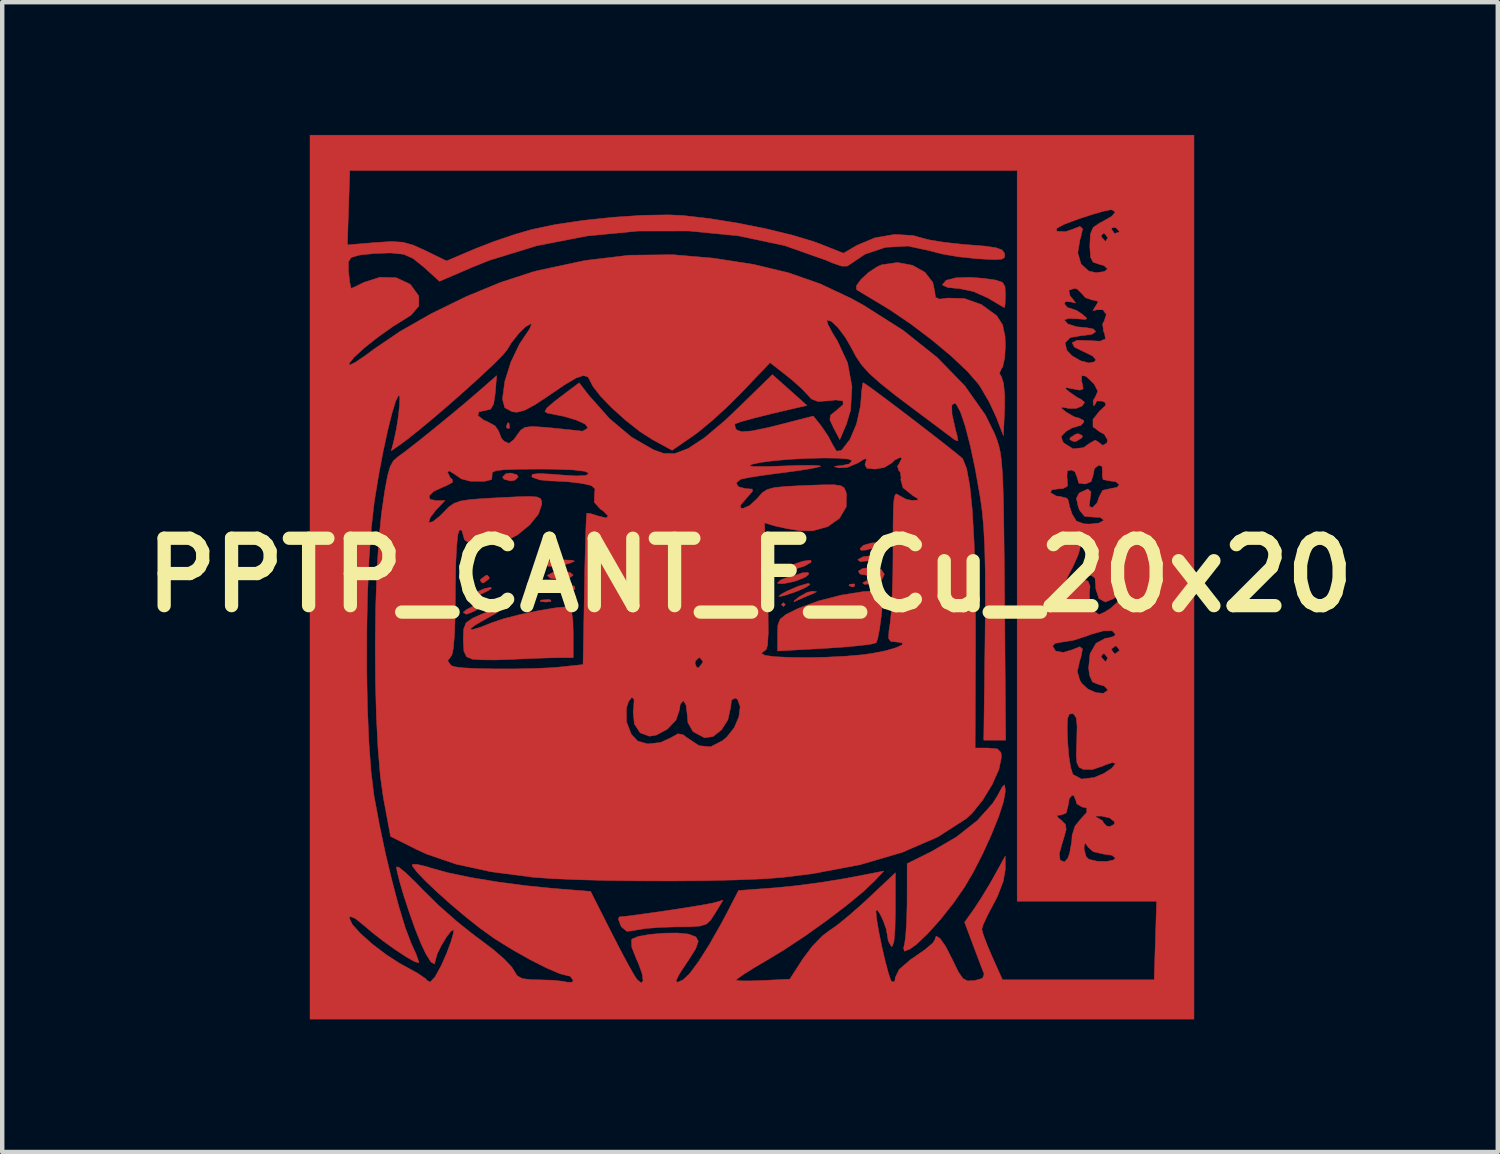
<source format=kicad_pcb>
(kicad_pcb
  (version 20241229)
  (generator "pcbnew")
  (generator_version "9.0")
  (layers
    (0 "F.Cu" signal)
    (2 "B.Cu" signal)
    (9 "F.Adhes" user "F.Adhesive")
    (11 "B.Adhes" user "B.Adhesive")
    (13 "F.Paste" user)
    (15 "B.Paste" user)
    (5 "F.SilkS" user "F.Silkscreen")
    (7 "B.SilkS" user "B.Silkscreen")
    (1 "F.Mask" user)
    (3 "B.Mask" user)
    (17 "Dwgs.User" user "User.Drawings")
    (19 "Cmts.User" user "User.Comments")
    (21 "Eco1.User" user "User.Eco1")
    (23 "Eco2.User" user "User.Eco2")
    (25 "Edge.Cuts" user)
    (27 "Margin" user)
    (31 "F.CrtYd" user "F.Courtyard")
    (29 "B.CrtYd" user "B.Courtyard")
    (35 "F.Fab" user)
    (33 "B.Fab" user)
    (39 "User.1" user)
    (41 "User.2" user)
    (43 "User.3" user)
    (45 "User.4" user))
  (footprint "PPTP_CANT_F_Cu_20x20"
    (layer "F.Cu")
    (at 13.905 9.952)
    (property "Reference" "PPTP_CANT_F_Cu_20x20" (at 0 0 0) (layer "F.SilkS") (effects (font (size 1.524 1.524) (thickness 0.3))))
    (attr through_hole)
    (fp_poly (pts (xy 0.799 0.666) (xy 0.755 0.71) (xy 0.71 0.666) (xy 0.755 0.622) (xy 0.799 0.666)) (stroke (width 0.01) (type solid)) (fill yes) (layer "F.Cu"))
    (fp_poly (pts (xy -5.447 -3.434) (xy -5.436 -3.329) (xy -5.447 -3.316) (xy -5.5 -3.328) (xy -5.506 -3.375) (xy -5.474 -3.448) (xy -5.447 -3.434)) (stroke (width 0.01) (type solid)) (fill yes) (layer "F.Cu"))
    (fp_poly (pts (xy -4.507 0.563) (xy -4.496 0.595) (xy -4.618 0.608) (xy -4.744 0.594) (xy -4.729 0.563) (xy -4.547 0.551) (xy -4.507 0.563)) (stroke (width 0.01) (type solid)) (fill yes) (layer "F.Cu"))
    (fp_poly (pts (xy -3.932 0.479) (xy -3.958 0.52) (xy -4.048 0.526) (xy -4.143 0.504) (xy -4.102 0.472) (xy -3.963 0.462) (xy -3.932 0.479)) (stroke (width 0.01) (type solid)) (fill yes) (layer "F.Cu"))
    (fp_poly (pts (xy 0.681 -0.148) (xy 0.692 -0.043) (xy 0.681 -0.03) (xy 0.628 -0.042) (xy 0.622 -0.089) (xy 0.654 -0.162) (xy 0.681 -0.148)) (stroke (width 0.01) (type solid)) (fill yes) (layer "F.Cu"))
    (fp_poly (pts (xy 2.368 0.207) (xy 2.356 0.26) (xy 2.309 0.266) (xy 2.236 0.234) (xy 2.25 0.207) (xy 2.355 0.197) (xy 2.368 0.207)) (stroke (width 0.01) (type solid)) (fill yes) (layer "F.Cu"))
    (fp_poly (pts (xy -5.892 0.055) (xy -5.906 0.089) (xy -6.024 0.174) (xy -6.05 0.178) (xy -6.098 0.123) (xy -6.084 0.089) (xy -5.966 0.003) (xy -5.94 0) (xy -5.892 0.055)) (stroke (width 0.01) (type solid)) (fill yes) (layer "F.Cu"))
    (fp_poly (pts (xy -5.273 -2.272) (xy -5.24 -2.22) (xy -5.314 -2.148) (xy -5.417 -2.131) (xy -5.562 -2.169) (xy -5.595 -2.22) (xy -5.521 -2.292) (xy -5.417 -2.309) (xy -5.273 -2.272)) (stroke (width 0.01) (type solid)) (fill yes) (layer "F.Cu"))
    (fp_poly (pts (xy -3.984 0.244) (xy -3.972 0.256) (xy -3.958 0.316) (xy -4.086 0.344) (xy -4.312 0.346) (xy -4.751 0.337) (xy -4.411 0.247) (xy -4.14 0.201) (xy -3.984 0.244)) (stroke (width 0.01) (type solid)) (fill yes) (layer "F.Cu"))
    (fp_poly (pts (xy 7.514 -3.153) (xy 7.505 -3.108) (xy 7.376 -3.028) (xy 7.316 -3.02) (xy 7.229 -3.064) (xy 7.238 -3.108) (xy 7.366 -3.189) (xy 7.426 -3.197) (xy 7.514 -3.153)) (stroke (width 0.01) (type solid)) (fill yes) (layer "F.Cu"))
    (fp_poly (pts (xy -5.845 0.302) (xy -5.965 0.375) (xy -6.027 0.403) (xy -6.267 0.499) (xy -6.378 0.525) (xy -6.348 0.482) (xy -6.217 0.4) (xy -6.008 0.306) (xy -5.862 0.273) (xy -5.845 0.302)) (stroke (width 0.01) (type solid)) (fill yes) (layer "F.Cu"))
    (fp_poly (pts (xy -4.073 -0.063) (xy -3.997 0) (xy -4.075 0.058) (xy -4.267 0.088) (xy -4.313 0.089) (xy -4.515 0.068) (xy -4.579 0.012) (xy -4.574 0) (xy -4.454 -0.064) (xy -4.258 -0.089) (xy -4.073 -0.063)) (stroke (width 0.01) (type solid)) (fill yes) (layer "F.Cu"))
    (fp_poly (pts (xy -4.023 -0.337) (xy -3.967 -0.316) (xy -4.057 -0.276) (xy -4.085 -0.266) (xy -4.38 -0.196) (xy -4.566 -0.203) (xy -4.618 -0.266) (xy -4.539 -0.319) (xy -4.341 -0.346) (xy -4.241 -0.346) (xy -4.023 -0.337)) (stroke (width 0.01) (type solid)) (fill yes) (layer "F.Cu"))
    (fp_poly (pts (xy 1.383 -0.296) (xy 1.377 -0.289) (xy 1.231 -0.206) (xy 1.021 -0.138) (xy 0.847 -0.114) (xy 0.837 -0.158) (xy 0.844 -0.165) (xy 0.99 -0.248) (xy 1.199 -0.316) (xy 1.373 -0.341) (xy 1.383 -0.296)) (stroke (width 0.01) (type solid)) (fill yes) (layer "F.Cu"))
    (fp_poly (pts (xy 1.506 0.376) (xy 1.425 0.417) (xy 1.421 0.419) (xy 1.229 0.497) (xy 1.11 0.55) (xy 0.988 0.603) (xy 1.007 0.573) (xy 1.105 0.493) (xy 1.293 0.388) (xy 1.416 0.362) (xy 1.506 0.376)) (stroke (width 0.01) (type solid)) (fill yes) (layer "F.Cu"))
    (fp_poly (pts (xy 2.969 -0.434) (xy 2.99 -0.404) (xy 2.838 -0.357) (xy 2.682 -0.325) (xy 2.487 -0.306) (xy 2.439 -0.349) (xy 2.443 -0.357) (xy 2.562 -0.418) (xy 2.772 -0.444) (xy 2.773 -0.444) (xy 2.969 -0.434)) (stroke (width 0.01) (type solid)) (fill yes) (layer "F.Cu"))
    (fp_poly (pts (xy 1.354 0.216) (xy 1.25 0.281) (xy 1.063 0.363) (xy 0.835 0.442) (xy 0.71 0.477) (xy 0.646 0.477) (xy 0.728 0.417) (xy 0.844 0.357) (xy 1.091 0.25) (xy 1.288 0.192) (xy 1.332 0.187) (xy 1.354 0.216)) (stroke (width 0.01) (type solid)) (fill yes) (layer "F.Cu"))
    (fp_poly (pts (xy 1.332 -0.028) (xy 1.255 0.042) (xy 1.062 0.122) (xy 0.977 0.147) (xy 0.758 0.191) (xy 0.633 0.189) (xy 0.622 0.175) (xy 0.697 0.105) (xy 0.835 0.054) (xy 1.063 -0.01) (xy 1.191 -0.054) (xy 1.31 -0.062) (xy 1.332 -0.028)) (stroke (width 0.01) (type solid)) (fill yes) (layer "F.Cu"))
    (fp_poly (pts (xy 3.019 -0.697) (xy 3.02 -0.695) (xy 2.948 -0.629) (xy 2.894 -0.622) (xy 2.698 -0.591) (xy 2.627 -0.568) (xy 2.509 -0.563) (xy 2.487 -0.602) (xy 2.564 -0.675) (xy 2.75 -0.729) (xy 2.753 -0.729) (xy 2.939 -0.736) (xy 3.019 -0.697)) (stroke (width 0.01) (type solid)) (fill yes) (layer "F.Cu"))
    (fp_poly (pts (xy -5.82 0.573) (xy -5.948 0.657) (xy -6.126 0.757) (xy -6.299 0.843) (xy -6.413 0.884) (xy -6.417 0.884) (xy -6.483 0.841) (xy -6.483 0.839) (xy -6.41 0.779) (xy -6.237 0.69) (xy -6.029 0.602) (xy -5.855 0.545) (xy -5.798 0.537) (xy -5.82 0.573)) (stroke (width 0.01) (type solid)) (fill yes) (layer "F.Cu"))
    (fp_poly (pts (xy 2.965 -0.129) (xy 3.037 -0.018) (xy 2.974 0.106) (xy 2.778 0.192) (xy 2.75 0.197) (xy 2.586 0.206) (xy 2.546 0.176) (xy 2.551 0.171) (xy 2.689 0.098) (xy 2.798 0.063) (xy 2.858 0.033) (xy 2.746 0.013) (xy 2.681 0.01) (xy 2.487 -0.025) (xy 2.446 -0.09) (xy 2.545 -0.152) (xy 2.758 -0.178) (xy 2.965 -0.129)) (stroke (width 0.01) (type solid)) (fill yes) (layer "F.Cu"))
    (fp_poly (pts (xy 5.286 -6.709) (xy 5.564 -6.669) (xy 5.709 -6.618) (xy 5.764 -6.524) (xy 5.773 -6.353) (xy 5.773 -6.344) (xy 5.767 -6.143) (xy 5.753 -6.049) (xy 5.751 -6.048) (xy 5.668 -6.094) (xy 5.485 -6.202) (xy 5.373 -6.268) (xy 5.051 -6.412) (xy 4.728 -6.48) (xy 4.685 -6.482) (xy 4.471 -6.503) (xy 4.357 -6.555) (xy 4.352 -6.57) (xy 4.433 -6.666) (xy 4.655 -6.722) (xy 4.982 -6.733) (xy 5.286 -6.709)) (stroke (width 0.01) (type solid)) (fill yes) (layer "F.Cu"))
    (fp_poly (pts (xy -0.793 7.648) (xy -0.891 7.799) (xy -0.989 7.889) (xy -1.134 7.933) (xy -1.373 7.949) (xy -1.665 7.951) (xy -2.031 7.962) (xy -2.356 7.987) (xy -2.575 8.022) (xy -2.59 8.026) (xy -2.782 8.052) (xy -2.899 7.959) (xy -2.927 7.912) (xy -2.977 7.771) (xy -2.956 7.725) (xy -2.797 7.71) (xy -2.511 7.673) (xy -2.147 7.622) (xy -1.752 7.564) (xy -1.372 7.505) (xy -1.057 7.453) (xy -0.853 7.415) (xy -0.816 7.406) (xy -0.61 7.348) (xy -0.793 7.648)) (stroke (width 0.01) (type solid)) (fill yes) (layer "F.Cu"))
    (fp_poly (pts (xy 2.934 0.365) (xy 2.989 0.421) (xy 3 0.565) (xy 2.977 0.836) (xy 2.969 0.91) (xy 2.929 1.21) (xy 2.886 1.435) (xy 2.853 1.528) (xy 2.747 1.557) (xy 2.5 1.59) (xy 2.148 1.623) (xy 1.728 1.652) (xy 1.709 1.653) (xy 0.622 1.714) (xy 0.622 1.341) (xy 0.63 1.129) (xy 0.68 0.995) (xy 0.811 0.89) (xy 1.06 0.766) (xy 1.104 0.746) (xy 1.546 0.583) (xy 2.062 0.451) (xy 2.564 0.371) (xy 2.824 0.356) (xy 2.934 0.365)) (stroke (width 0.01) (type solid)) (fill yes) (layer "F.Cu"))
    (fp_poly (pts (xy 5.767 4.826) (xy 5.769 4.899) (xy 5.73 5.121) (xy 5.621 5.456) (xy 5.459 5.86) (xy 5.263 6.291) (xy 5.05 6.708) (xy 4.844 7.06) (xy 4.588 7.427) (xy 4.298 7.791) (xy 4.008 8.113) (xy 3.753 8.353) (xy 3.612 8.453) (xy 3.489 8.501) (xy 3.472 8.428) (xy 3.494 8.336) (xy 3.519 8.154) (xy 3.539 7.849) (xy 3.55 7.476) (xy 3.551 7.324) (xy 3.552 6.521) (xy 4.108 6.245) (xy 4.666 5.919) (xy 5.137 5.548) (xy 5.484 5.162) (xy 5.594 4.987) (xy 5.701 4.79) (xy 5.751 4.741) (xy 5.767 4.826)) (stroke (width 0.01) (type solid)) (fill yes) (layer "F.Cu"))
    (fp_poly (pts (xy -4.038 0.794) (xy -4.005 1.023) (xy -3.997 1.288) (xy -3.997 1.865) (xy -4.33 1.866) (xy -4.583 1.871) (xy -4.94 1.883) (xy -5.33 1.901) (xy -5.373 1.904) (xy -5.737 1.916) (xy -6.052 1.915) (xy -6.261 1.901) (xy -6.283 1.897) (xy -6.409 1.843) (xy -6.468 1.719) (xy -6.483 1.474) (xy -6.483 1.456) (xy -6.474 1.216) (xy -6.417 1.075) (xy -6.271 0.973) (xy -6.076 0.885) (xy -5.767 0.763) (xy -5.601 0.719) (xy -5.585 0.75) (xy -5.725 0.851) (xy -5.95 0.977) (xy -6.218 1.13) (xy -6.325 1.217) (xy -6.276 1.232) (xy -6.077 1.171) (xy -5.838 1.075) (xy -5.568 0.984) (xy -5.193 0.889) (xy -4.778 0.802) (xy -4.393 0.738) (xy -4.106 0.711) (xy -4.091 0.71) (xy -4.038 0.794)) (stroke (width 0.01) (type solid)) (fill yes) (layer "F.Cu"))
    (fp_poly (pts (xy 3.672 -7.005) (xy 3.953 -6.848) (xy 4.132 -6.618) (xy 4.174 -6.419) (xy 4.193 -6.28) (xy 4.284 -6.24) (xy 4.471 -6.264) (xy 4.844 -6.255) (xy 5.231 -6.117) (xy 5.563 -5.875) (xy 5.583 -5.855) (xy 5.709 -5.661) (xy 5.765 -5.397) (xy 5.773 -5.184) (xy 5.756 -4.91) (xy 5.714 -4.715) (xy 5.68 -4.66) (xy 5.637 -4.562) (xy 5.684 -4.485) (xy 5.732 -4.334) (xy 5.757 -4.057) (xy 5.755 -3.76) (xy 5.728 -3.153) (xy 5.568 -3.568) (xy 5.411 -3.907) (xy 5.214 -4.245) (xy 5.155 -4.332) (xy 4.912 -4.61) (xy 4.555 -4.947) (xy 4.122 -5.309) (xy 3.653 -5.665) (xy 3.187 -5.983) (xy 3.02 -6.086) (xy 2.739 -6.254) (xy 2.524 -6.384) (xy 2.414 -6.451) (xy 2.408 -6.455) (xy 2.405 -6.543) (xy 2.51 -6.687) (xy 2.681 -6.844) (xy 2.877 -6.973) (xy 2.977 -7.017) (xy 3.333 -7.068) (xy 3.672 -7.005)) (stroke (width 0.01) (type solid)) (fill yes) (layer "F.Cu"))
    (fp_poly (pts (xy 1.288 -3.836) (xy 1.021 -3.775) (xy 0.499 -3.653) (xy 0.084 -3.549) (xy -0.202 -3.47) (xy -0.338 -3.42) (xy -0.345 -3.415) (xy -0.332 -3.326) (xy -0.292 -3.276) (xy -0.179 -3.242) (xy 0.051 -3.262) (xy 0.419 -3.339) (xy 0.618 -3.388) (xy 1.431 -3.597) (xy 1.608 -3.375) (xy 1.766 -3.143) (xy 1.871 -2.943) (xy 1.955 -2.803) (xy 2.052 -2.815) (xy 2.08 -2.836) (xy 2.261 -3.072) (xy 2.408 -3.42) (xy 2.496 -3.817) (xy 2.507 -3.939) (xy 2.526 -4.182) (xy 2.548 -4.33) (xy 2.558 -4.351) (xy 2.637 -4.301) (xy 2.828 -4.163) (xy 3.099 -3.961) (xy 3.423 -3.717) (xy 3.768 -3.453) (xy 4.106 -3.192) (xy 4.408 -2.957) (xy 4.644 -2.77) (xy 4.784 -2.653) (xy 4.809 -2.629) (xy 4.896 -2.411) (xy 4.968 -2.022) (xy 5.024 -1.467) (xy 5.065 -0.751) (xy 5.09 0.12) (xy 5.098 1.142) (xy 5.098 1.399) (xy 5.089 3.908) (xy 5.386 3.908) (xy 5.592 3.927) (xy 5.673 4.009) (xy 5.684 4.112) (xy 5.626 4.391) (xy 5.473 4.735) (xy 5.259 5.085) (xy 5.017 5.385) (xy 4.887 5.504) (xy 4.242 5.919) (xy 3.439 6.266) (xy 2.489 6.545) (xy 1.401 6.75) (xy 0.723 6.834) (xy 0.286 6.866) (xy -0.29 6.889) (xy -0.965 6.905) (xy -1.7 6.912) (xy -2.457 6.911) (xy -3.197 6.902) (xy -3.88 6.885) (xy -4.467 6.86) (xy -4.901 6.829) (xy -5.849 6.706) (xy -6.645 6.533) (xy -7.309 6.306) (xy -7.549 6.195) (xy -8.126 5.906) (xy -8.291 5.018) (xy -8.358 4.532) (xy -8.41 3.905) (xy -8.447 3.174) (xy -8.451 3.014) (xy -2.796 3.014) (xy -2.794 3.312) (xy -2.685 3.594) (xy -2.54 3.751) (xy -2.311 3.815) (xy -2.026 3.783) (xy -1.791 3.677) (xy -1.627 3.585) (xy -1.508 3.61) (xy -1.438 3.665) (xy -1.151 3.855) (xy -0.893 3.881) (xy -0.623 3.742) (xy -0.527 3.662) (xy -0.358 3.45) (xy -0.252 3.203) (xy -0.222 2.973) (xy -0.28 2.812) (xy -0.333 2.777) (xy -0.418 2.821) (xy -0.444 3.016) (xy -0.501 3.271) (xy -0.645 3.497) (xy -0.834 3.647) (xy -1.024 3.676) (xy -1.039 3.671) (xy -1.29 3.536) (xy -1.404 3.333) (xy -1.421 3.142) (xy -1.444 2.941) (xy -1.5 2.844) (xy -1.51 2.842) (xy -1.577 2.918) (xy -1.599 3.058) (xy -1.676 3.279) (xy -1.87 3.482) (xy -2.12 3.616) (xy -2.274 3.641) (xy -2.484 3.564) (xy -2.615 3.362) (xy -2.642 3.079) (xy -2.631 3.009) (xy -2.62 2.811) (xy -2.67 2.76) (xy -2.746 2.855) (xy -2.796 3.014) (xy -8.451 3.014) (xy -8.468 2.374) (xy -8.473 1.542) (xy -8.462 0.714) (xy -8.435 -0.073) (xy -8.392 -0.785) (xy -8.351 -1.195) (xy -7.261 -1.195) (xy -7.256 -1.187) (xy -7.168 -1.211) (xy -7.011 -1.336) (xy -6.933 -1.415) (xy -6.81 -1.54) (xy -6.692 -1.623) (xy -6.54 -1.677) (xy -6.314 -1.711) (xy -5.974 -1.735) (xy -5.687 -1.751) (xy -5.26 -1.772) (xy -4.979 -1.78) (xy -4.815 -1.768) (xy -4.735 -1.732) (xy -4.709 -1.668) (xy -4.707 -1.603) (xy -4.782 -1.382) (xy -4.979 -1.138) (xy -5.252 -0.914) (xy -5.557 -0.751) (xy -5.664 -0.716) (xy -6.021 -0.658) (xy -6.295 -0.688) (xy -6.455 -0.8) (xy -6.483 -0.903) (xy -6.519 -1.02) (xy -6.572 -1.021) (xy -6.606 -0.913) (xy -6.633 -0.651) (xy -6.652 -0.257) (xy -6.66 0.246) (xy -6.661 0.4) (xy -6.666 0.928) (xy -6.682 1.354) (xy -6.707 1.655) (xy -6.74 1.808) (xy -6.75 1.821) (xy -6.835 1.936) (xy -6.759 2.041) (xy -6.683 2.07) (xy -6.493 2.095) (xy -6.172 2.111) (xy -5.766 2.119) (xy -5.322 2.119) (xy -4.885 2.11) (xy -4.503 2.093) (xy -4.298 2.076) (xy -3.774 2.021) (xy -3.774 2.003) (xy -1.243 2.003) (xy -1.2 2.095) (xy -1.155 2.087) (xy -1.069 1.974) (xy -1.066 1.949) (xy -1.133 1.867) (xy -1.155 1.865) (xy -1.232 1.937) (xy -1.243 2.003) (xy -3.774 2.003) (xy -3.744 0.322) (xy -3.734 -0.207) (xy -3.722 -0.672) (xy -3.711 -1.044) (xy -3.7 -1.296) (xy -3.691 -1.4) (xy -3.69 -1.401) (xy -3.6 -1.391) (xy -3.432 -1.337) (xy -3.247 -1.293) (xy -3.207 -1.339) (xy -3.318 -1.451) (xy -3.383 -1.494) (xy -3.52 -1.647) (xy -3.517 -1.815) (xy -3.505 -1.953) (xy -3.589 -2.027) (xy -3.798 -2.075) (xy -3.872 -2.083) (xy -0.312 -2.083) (xy -0.263 -1.999) (xy -0.099 -1.955) (xy -0.068 -1.954) (xy 0.051 -1.946) (xy 0.057 -1.897) (xy -0.056 -1.767) (xy -0.089 -1.732) (xy -0.214 -1.582) (xy -0.213 -1.518) (xy -0.155 -1.51) (xy -0.007 -1.575) (xy 0.163 -1.733) (xy 0.177 -1.751) (xy 0.275 -1.862) (xy 0.386 -1.935) (xy 0.549 -1.98) (xy 0.805 -2.006) (xy 1.194 -2.026) (xy 1.245 -2.028) (xy 1.645 -2.042) (xy 1.903 -2.043) (xy 2.053 -2.022) (xy 2.129 -1.973) (xy 2.166 -1.889) (xy 2.179 -1.839) (xy 2.174 -1.543) (xy 2.023 -1.287) (xy 1.76 -1.099) (xy 1.415 -1.002) (xy 1.118 -1.006) (xy 0.827 -1.054) (xy 0.575 -1.109) (xy 0.541 -1.119) (xy 0.327 -1.183) (xy 0.388 0.252) (xy 0.409 0.87) (xy 0.412 1.313) (xy 0.396 1.585) (xy 0.363 1.686) (xy 0.358 1.687) (xy 0.27 1.753) (xy 0.266 1.776) (xy 0.349 1.816) (xy 0.572 1.844) (xy 0.901 1.859) (xy 1.297 1.863) (xy 1.725 1.854) (xy 2.15 1.833) (xy 2.534 1.8) (xy 2.753 1.77) (xy 3.068 1.708) (xy 3.304 1.639) (xy 3.439 1.576) (xy 3.448 1.529) (xy 3.308 1.51) (xy 3.298 1.51) (xy 3.18 1.497) (xy 3.132 1.429) (xy 3.141 1.259) (xy 3.168 1.088) (xy 3.193 0.844) (xy 3.213 0.469) (xy 3.228 0.008) (xy 3.233 -0.492) (xy 3.233 -0.634) (xy 3.234 -1.141) (xy 3.24 -1.492) (xy 3.255 -1.71) (xy 3.281 -1.817) (xy 3.32 -1.836) (xy 3.353 -1.811) (xy 3.54 -1.71) (xy 3.67 -1.69) (xy 3.805 -1.698) (xy 3.778 -1.74) (xy 3.686 -1.794) (xy 3.459 -1.975) (xy 3.407 -2.161) (xy 3.416 -2.195) (xy 3.397 -2.331) (xy 3.367 -2.359) (xy 3.334 -2.462) (xy 3.381 -2.539) (xy 3.431 -2.643) (xy 3.397 -2.664) (xy 3.271 -2.603) (xy 3.197 -2.531) (xy 3.033 -2.434) (xy 2.822 -2.398) (xy 2.64 -2.418) (xy 2.598 -2.495) (xy 2.612 -2.542) (xy 2.635 -2.632) (xy 2.573 -2.621) (xy 2.439 -2.537) (xy 2.211 -2.44) (xy 2.015 -2.425) (xy 1.906 -2.452) (xy 1.961 -2.468) (xy 2.065 -2.475) (xy 2.242 -2.515) (xy 2.309 -2.588) (xy 2.227 -2.624) (xy 2.008 -2.644) (xy 1.691 -2.649) (xy 1.316 -2.641) (xy 0.922 -2.62) (xy 0.549 -2.589) (xy 0.236 -2.548) (xy 0.044 -2.507) (xy -0.016 -2.472) (xy 0.091 -2.455) (xy 0.369 -2.455) (xy 0.71 -2.467) (xy 1.087 -2.48) (xy 1.382 -2.483) (xy 1.562 -2.475) (xy 1.599 -2.462) (xy 1.496 -2.432) (xy 1.259 -2.389) (xy 0.929 -2.341) (xy 0.736 -2.316) (xy 0.361 -2.267) (xy 0.043 -2.219) (xy -0.169 -2.179) (xy -0.218 -2.165) (xy -0.312 -2.083) (xy -3.872 -2.083) (xy -4.118 -2.112) (xy -4.463 -2.13) (xy -4.502 -2.13) (xy -4.748 -2.153) (xy -4.912 -2.209) (xy -4.936 -2.232) (xy -4.917 -2.281) (xy -4.768 -2.297) (xy -4.468 -2.282) (xy -4.32 -2.269) (xy -3.934 -2.243) (xy -3.711 -2.254) (xy -3.641 -2.302) (xy -3.73 -2.348) (xy -3.995 -2.379) (xy -4.437 -2.396) (xy -4.761 -2.398) (xy -5.228 -2.395) (xy -5.543 -2.385) (xy -5.732 -2.364) (xy -5.82 -2.33) (xy -5.834 -2.278) (xy -5.829 -2.265) (xy -5.841 -2.162) (xy -6 -2.122) (xy -6.02 -2.121) (xy -6.326 -2.124) (xy -6.528 -2.178) (xy -6.683 -2.286) (xy -6.801 -2.359) (xy -6.838 -2.328) (xy -6.773 -2.197) (xy -6.732 -2.165) (xy -6.726 -2.097) (xy -6.883 -2.014) (xy -6.927 -1.998) (xy -7.15 -1.895) (xy -7.257 -1.791) (xy -7.232 -1.712) (xy -7.097 -1.687) (xy -6.896 -1.687) (xy -7.105 -1.466) (xy -7.229 -1.303) (xy -7.261 -1.195) (xy -8.351 -1.195) (xy -8.332 -1.383) (xy -8.321 -1.465) (xy -8.253 -1.928) (xy -8.193 -2.247) (xy -8.134 -2.455) (xy -8.064 -2.582) (xy -7.975 -2.663) (xy -7.974 -2.664) (xy -7.789 -2.8) (xy -7.505 -3.021) (xy -7.161 -3.297) (xy -6.793 -3.598) (xy -6.439 -3.893) (xy -6.136 -4.153) (xy -6.128 -4.16) (xy -5.728 -4.51) (xy -5.759 -4.12) (xy -5.796 -3.868) (xy -5.865 -3.752) (xy -5.954 -3.73) (xy -6.13 -3.693) (xy -6.151 -3.606) (xy -6.018 -3.504) (xy -5.95 -3.477) (xy -5.765 -3.376) (xy -5.684 -3.261) (xy -5.684 -3.257) (xy -5.621 -3.096) (xy -5.557 -3.025) (xy -5.447 -2.979) (xy -5.338 -3.065) (xy -5.275 -3.154) (xy -5.186 -3.276) (xy -5.087 -3.341) (xy -4.931 -3.361) (xy -4.67 -3.345) (xy -4.492 -3.329) (xy -4.17 -3.296) (xy -3.918 -3.27) (xy -3.788 -3.255) (xy -3.786 -3.254) (xy -3.687 -3.31) (xy -3.671 -3.34) (xy -3.728 -3.416) (xy -3.919 -3.503) (xy -4.203 -3.589) (xy -4.539 -3.656) (xy -4.57 -3.661) (xy -4.638 -3.695) (xy -4.595 -3.776) (xy -4.424 -3.924) (xy -4.303 -4.017) (xy -3.863 -4.348) (xy -3.641 -4.061) (xy -3.175 -3.537) (xy -2.679 -3.12) (xy -2.185 -2.836) (xy -1.954 -2.753) (xy -1.704 -2.747) (xy -1.399 -2.863) (xy -1.027 -3.108) (xy -0.575 -3.489) (xy -0.258 -3.789) (xy 0.505 -4.534) (xy 1.288 -3.836)) (stroke (width 0.01) (type solid)) (fill yes) (layer "F.Cu"))
    (fp_poly (pts (xy 10.036 10.036) (xy -9.947 10.036) (xy -9.947 -7.466) (xy -9.103 -7.466) (xy -8.464 -7.52) (xy -8.104 -7.542) (xy -7.845 -7.526) (xy -7.611 -7.46) (xy -7.343 -7.339) (xy -6.861 -7.103) (xy -6.219 -7.376) (xy -5.792 -7.542) (xy -5.314 -7.704) (xy -4.934 -7.814) (xy -4.401 -7.926) (xy -3.768 -8.02) (xy -3.091 -8.091) (xy -2.43 -8.135) (xy -1.843 -8.145) (xy -1.51 -8.13) (xy -0.92 -8.062) (xy -0.279 -7.959) (xy 0.361 -7.831) (xy 0.947 -7.689) (xy 1.428 -7.545) (xy 1.567 -7.494) (xy 2.113 -7.278) (xy 2.418 -7.457) (xy 2.823 -7.626) (xy 3.271 -7.703) (xy 3.689 -7.678) (xy 3.834 -7.636) (xy 4.059 -7.578) (xy 4.399 -7.523) (xy 4.793 -7.48) (xy 4.928 -7.469) (xy 5.318 -7.438) (xy 5.563 -7.401) (xy 5.697 -7.351) (xy 5.752 -7.279) (xy 5.756 -7.261) (xy 5.755 -7.184) (xy 5.691 -7.143) (xy 5.531 -7.133) (xy 5.241 -7.147) (xy 5.091 -7.158) (xy 4.704 -7.199) (xy 4.341 -7.261) (xy 4.075 -7.33) (xy 4.061 -7.335) (xy 3.568 -7.44) (xy 3.061 -7.411) (xy 2.597 -7.255) (xy 2.304 -7.056) (xy 2.2 -6.987) (xy 2.072 -6.986) (xy 1.867 -7.056) (xy 1.724 -7.118) (xy 0.783 -7.45) (xy -0.261 -7.671) (xy -1.377 -7.78) (xy -2.53 -7.779) (xy -3.689 -7.667) (xy -4.82 -7.447) (xy -5.89 -7.118) (xy -6.278 -6.962) (xy -7.02 -6.643) (xy -7.373 -6.963) (xy -7.616 -7.159) (xy -7.829 -7.254) (xy -8.097 -7.282) (xy -8.16 -7.283) (xy -8.479 -7.272) (xy -8.768 -7.244) (xy -8.849 -7.231) (xy -9.014 -7.182) (xy -9.079 -7.085) (xy -9.078 -6.883) (xy -9.073 -6.831) (xy -9.047 -6.612) (xy -9.021 -6.491) (xy -9.015 -6.483) (xy -8.928 -6.52) (xy -8.75 -6.608) (xy -8.736 -6.616) (xy -8.366 -6.735) (xy -8.002 -6.725) (xy -7.701 -6.587) (xy -7.666 -6.557) (xy -7.488 -6.312) (xy -7.487 -6.084) (xy -7.662 -5.879) (xy -7.749 -5.824) (xy -8.078 -5.618) (xy -8.416 -5.378) (xy -8.721 -5.136) (xy -8.952 -4.924) (xy -9.063 -4.788) (xy -9.048 -4.749) (xy -8.912 -4.817) (xy -8.67 -4.983) (xy -8.51 -5.103) (xy -7.91 -5.511) (xy -7.193 -5.918) (xy -6.417 -6.297) (xy -5.639 -6.618) (xy -4.919 -6.853) (xy -4.823 -6.879) (xy -3.739 -7.112) (xy -2.731 -7.233) (xy -1.741 -7.244) (xy -0.827 -7.166) (xy 0.081 -7.025) (xy 0.866 -6.837) (xy 1.581 -6.588) (xy 2.278 -6.26) (xy 2.556 -6.108) (xy 3.461 -5.534) (xy 4.231 -4.921) (xy 4.854 -4.281) (xy 5.319 -3.623) (xy 5.529 -3.197) (xy 5.581 -3.063) (xy 5.624 -2.929) (xy 5.658 -2.775) (xy 5.684 -2.582) (xy 5.704 -2.33) (xy 5.719 -2) (xy 5.731 -1.571) (xy 5.739 -1.023) (xy 5.747 -0.338) (xy 5.754 0.505) (xy 5.754 0.511) (xy 5.779 3.73) (xy 5.532 3.73) (xy 5.284 3.73) (xy 5.313 1.413) (xy 5.32 0.598) (xy 5.318 -0.068) (xy 5.306 -0.611) (xy 5.283 -1.059) (xy 5.249 -1.441) (xy 5.204 -1.762) (xy 5.095 -2.382) (xy 4.98 -2.924) (xy 4.866 -3.367) (xy 4.758 -3.688) (xy 4.663 -3.864) (xy 4.629 -3.889) (xy 4.56 -3.845) (xy 4.566 -3.641) (xy 4.648 -3.277) (xy 4.682 -3.153) (xy 4.7 -3.034) (xy 4.629 -3.059) (xy 4.609 -3.074) (xy 4.488 -3.165) (xy 4.262 -3.335) (xy 3.964 -3.558) (xy 3.73 -3.732) (xy 3.274 -4.076) (xy 2.938 -4.345) (xy 2.697 -4.561) (xy 2.525 -4.751) (xy 2.397 -4.94) (xy 2.307 -5.112) (xy 2.158 -5.372) (xy 1.992 -5.593) (xy 1.843 -5.737) (xy 1.742 -5.767) (xy 1.736 -5.762) (xy 1.759 -5.673) (xy 1.859 -5.483) (xy 1.977 -5.291) (xy 2.205 -4.801) (xy 2.305 -4.26) (xy 2.273 -3.727) (xy 2.179 -3.416) (xy 2.03 -3.064) (xy 1.891 -3.326) (xy 1.805 -3.511) (xy 1.82 -3.617) (xy 1.942 -3.714) (xy 2.104 -3.854) (xy 2.101 -3.939) (xy 1.938 -3.961) (xy 1.788 -3.944) (xy 1.537 -3.925) (xy 1.386 -3.984) (xy 1.322 -4.055) (xy 1.181 -4.206) (xy 0.96 -4.404) (xy 0.825 -4.513) (xy 0.452 -4.805) (xy -0.177 -4.143) (xy -0.505 -3.815) (xy -0.854 -3.496) (xy -1.167 -3.237) (xy -1.283 -3.152) (xy -1.761 -2.823) (xy -2.204 -3.064) (xy -2.492 -3.249) (xy -2.81 -3.5) (xy -3.119 -3.778) (xy -3.381 -4.049) (xy -3.556 -4.275) (xy -3.601 -4.366) (xy -3.662 -4.48) (xy -3.764 -4.513) (xy -3.932 -4.457) (xy -4.191 -4.304) (xy -4.515 -4.083) (xy -4.854 -3.857) (xy -5.093 -3.729) (xy -5.266 -3.683) (xy -5.372 -3.693) (xy -5.544 -3.785) (xy -5.595 -3.976) (xy -5.595 -3.992) (xy -5.543 -4.381) (xy -5.405 -4.82) (xy -5.213 -5.221) (xy -5.11 -5.377) (xy -4.985 -5.561) (xy -4.941 -5.67) (xy -4.953 -5.684) (xy -5.074 -5.617) (xy -5.24 -5.451) (xy -5.406 -5.238) (xy -5.495 -5.09) (xy -5.593 -4.972) (xy -5.799 -4.766) (xy -6.086 -4.496) (xy -6.427 -4.187) (xy -6.793 -3.864) (xy -7.157 -3.552) (xy -7.49 -3.275) (xy -7.765 -3.058) (xy -7.851 -2.994) (xy -8.109 -2.811) (xy -8.049 -3.048) (xy -7.992 -3.317) (xy -7.948 -3.601) (xy -7.922 -3.853) (xy -7.918 -4.025) (xy -7.942 -4.072) (xy -7.943 -4.071) (xy -8.009 -3.938) (xy -8.094 -3.662) (xy -8.191 -3.272) (xy -8.293 -2.801) (xy -8.392 -2.28) (xy -8.481 -1.74) (xy -8.496 -1.643) (xy -8.562 -1.059) (xy -8.613 -0.351) (xy -8.647 0.446) (xy -8.664 1.292) (xy -8.665 2.152) (xy -8.649 2.987) (xy -8.617 3.759) (xy -8.568 4.433) (xy -8.503 4.969) (xy -8.498 4.999) (xy -8.38 5.635) (xy -8.243 6.285) (xy -8.093 6.913) (xy -7.942 7.482) (xy -7.798 7.957) (xy -7.67 8.299) (xy -7.647 8.35) (xy -7.544 8.579) (xy -7.491 8.731) (xy -7.489 8.762) (xy -7.579 8.738) (xy -7.77 8.63) (xy -8.022 8.464) (xy -8.298 8.266) (xy -8.558 8.063) (xy -8.695 7.945) (xy -8.922 7.761) (xy -9.04 7.715) (xy -9.059 7.753) (xy -8.989 7.898) (xy -8.803 8.104) (xy -8.537 8.341) (xy -8.227 8.577) (xy -7.909 8.783) (xy -7.771 8.857) (xy -7.521 8.995) (xy -7.346 9.113) (xy -7.294 9.168) (xy -7.227 9.198) (xy -7.117 9.076) (xy -6.976 8.819) (xy -6.852 8.534) (xy -6.755 8.27) (xy -6.701 8.079) (xy -6.7 8.013) (xy -6.765 8.051) (xy -6.872 8.194) (xy -6.986 8.386) (xy -7.075 8.571) (xy -7.105 8.681) (xy -7.134 8.791) (xy -7.213 8.744) (xy -7.332 8.553) (xy -7.44 8.323) (xy -7.566 8.008) (xy -7.698 7.637) (xy -7.822 7.26) (xy -7.922 6.923) (xy -7.982 6.676) (xy -7.992 6.593) (xy -7.937 6.604) (xy -7.788 6.725) (xy -7.57 6.934) (xy -7.394 7.116) (xy -7.034 7.47) (xy -6.614 7.84) (xy -6.212 8.159) (xy -6.122 8.224) (xy -5.81 8.459) (xy -5.55 8.685) (xy -5.381 8.866) (xy -5.347 8.922) (xy -5.266 9.054) (xy -5.146 9.121) (xy -4.932 9.145) (xy -4.761 9.148) (xy -4.462 9.157) (xy -4.223 9.182) (xy -4.137 9.201) (xy -4.019 9.201) (xy -3.997 9.157) (xy -4.067 9.065) (xy -4.108 9.058) (xy -4.292 9.011) (xy -4.585 8.887) (xy -4.949 8.704) (xy -5.345 8.482) (xy -5.734 8.242) (xy -5.816 8.187) (xy -6.104 7.98) (xy -6.426 7.725) (xy -6.758 7.445) (xy -7.07 7.166) (xy -7.338 6.912) (xy -7.534 6.706) (xy -7.632 6.573) (xy -7.634 6.539) (xy -7.529 6.537) (xy -7.32 6.586) (xy -7.21 6.621) (xy -6.826 6.728) (xy -6.31 6.835) (xy -5.707 6.935) (xy -5.062 7.02) (xy -4.444 7.082) (xy -3.604 7.149) (xy -3.132 8.082) (xy -2.937 8.461) (xy -2.762 8.789) (xy -2.627 9.029) (xy -2.556 9.14) (xy -2.456 9.221) (xy -2.417 9.166) (xy -2.439 9.008) (xy -2.522 8.777) (xy -2.566 8.682) (xy -2.673 8.41) (xy -2.679 8.245) (xy -2.666 8.225) (xy -2.524 8.167) (xy -2.266 8.121) (xy -1.952 8.093) (xy -1.644 8.089) (xy -1.402 8.112) (xy -1.381 8.117) (xy -1.222 8.178) (xy -1.17 8.275) (xy -1.227 8.442) (xy -1.394 8.709) (xy -1.421 8.748) (xy -1.6 9.019) (xy -1.673 9.165) (xy -1.645 9.205) (xy -1.519 9.152) (xy -1.517 9.151) (xy -1.368 9.012) (xy -1.162 8.734) (xy -0.913 8.34) (xy -0.637 7.852) (xy -0.495 7.583) (xy -0.26 7.129) (xy 0.558 7.068) (xy 1.053 7.019) (xy 1.613 6.945) (xy 2.128 6.861) (xy 2.201 6.848) (xy 3.024 6.689) (xy 2.822 6.905) (xy 2.554 7.159) (xy 2.174 7.472) (xy 1.722 7.815) (xy 1.241 8.158) (xy 0.769 8.47) (xy 0.423 8.68) (xy 0.102 8.869) (xy -0.146 9.025) (xy -0.292 9.128) (xy -0.316 9.158) (xy -0.217 9.171) (xy 0.01 9.172) (xy 0.309 9.162) (xy 0.9 9.132) (xy 1.195 8.673) (xy 1.406 8.393) (xy 1.636 8.155) (xy 1.776 8.049) (xy 1.97 7.913) (xy 2.242 7.691) (xy 2.547 7.423) (xy 2.674 7.305) (xy 3.286 6.728) (xy 3.286 7.588) (xy 3.277 8.013) (xy 3.253 8.285) (xy 3.213 8.394) (xy 3.197 8.393) (xy 3.124 8.269) (xy 3.105 8.143) (xy 3.078 7.996) (xy 3.015 7.818) (xy 2.939 7.658) (xy 2.875 7.566) (xy 2.845 7.592) (xy 2.845 7.593) (xy 2.861 7.769) (xy 2.908 8.046) (xy 2.974 8.374) (xy 3.05 8.702) (xy 3.123 8.979) (xy 3.181 9.154) (xy 3.2 9.185) (xy 3.269 9.196) (xy 3.286 9.091) (xy 3.371 8.914) (xy 3.623 8.696) (xy 3.73 8.623) (xy 3.967 8.457) (xy 4.128 8.319) (xy 4.174 8.253) (xy 4.207 8.159) (xy 4.295 8.212) (xy 4.423 8.395) (xy 4.573 8.687) (xy 4.709 8.967) (xy 4.812 9.117) (xy 4.918 9.172) (xy 5.064 9.166) (xy 5.076 9.165) (xy 5.257 9.114) (xy 5.292 9.02) (xy 5.28 8.981) (xy 5.217 8.822) (xy 5.118 8.561) (xy 5.035 8.341) (xy 4.851 7.846) (xy 5.059 7.554) (xy 5.223 7.304) (xy 5.415 6.988) (xy 5.518 6.806) (xy 5.77 6.35) (xy 5.771 6.654) (xy 5.724 6.921) (xy 5.596 7.255) (xy 5.506 7.429) (xy 5.365 7.696) (xy 5.268 7.908) (xy 5.24 8.003) (xy 5.274 8.132) (xy 5.364 8.368) (xy 5.474 8.626) (xy 5.708 9.148) (xy 9.136 9.148) (xy 9.164 8.259) (xy 9.192 7.371) (xy 7.616 7.371) (xy 6.039 7.371) (xy 6.039 5.432) (xy 6.932 5.432) (xy 6.969 5.487) (xy 7.039 5.541) (xy 7.131 5.633) (xy 7.147 5.75) (xy 7.09 5.954) (xy 7.068 6.019) (xy 6.991 6.297) (xy 7.01 6.444) (xy 7.109 6.483) (xy 7.179 6.409) (xy 7.227 6.283) (xy 7.243 6.187) (xy 7.552 6.187) (xy 7.595 6.36) (xy 7.66 6.424) (xy 7.854 6.468) (xy 8.064 6.472) (xy 8.22 6.438) (xy 8.259 6.394) (xy 8.182 6.332) (xy 7.997 6.306) (xy 7.76 6.252) (xy 7.645 6.15) (xy 7.576 6.052) (xy 7.554 6.115) (xy 7.552 6.187) (xy 7.243 6.187) (xy 7.272 6.026) (xy 7.281 5.883) (xy 7.347 5.672) (xy 7.46 5.53) (xy 7.536 5.447) (xy 7.808 5.447) (xy 7.824 5.471) (xy 7.838 5.475) (xy 7.969 5.551) (xy 7.993 5.602) (xy 8.066 5.674) (xy 8.134 5.684) (xy 8.237 5.63) (xy 8.238 5.573) (xy 8.132 5.488) (xy 7.942 5.446) (xy 7.808 5.447) (xy 7.536 5.447) (xy 7.612 5.364) (xy 7.612 5.265) (xy 7.505 5.24) (xy 7.387 5.169) (xy 7.371 5.107) (xy 7.323 4.988) (xy 7.283 4.973) (xy 7.216 5.049) (xy 7.194 5.195) (xy 7.145 5.377) (xy 7.038 5.42) (xy 6.932 5.432) (xy 6.039 5.432) (xy 6.039 3.458) (xy 7.17 3.458) (xy 7.179 3.75) (xy 7.206 4.083) (xy 7.249 4.352) (xy 7.298 4.502) (xy 7.301 4.507) (xy 7.495 4.609) (xy 7.779 4.575) (xy 7.997 4.483) (xy 8.176 4.366) (xy 8.259 4.265) (xy 8.259 4.258) (xy 8.192 4.235) (xy 8.026 4.291) (xy 7.989 4.31) (xy 7.745 4.392) (xy 7.538 4.393) (xy 7.537 4.392) (xy 7.44 4.343) (xy 7.39 4.245) (xy 7.375 4.055) (xy 7.386 3.745) (xy 7.394 3.416) (xy 7.374 3.227) (xy 7.318 3.142) (xy 7.283 3.129) (xy 7.214 3.144) (xy 7.178 3.242) (xy 7.17 3.458) (xy 6.039 3.458) (xy 6.039 1.601) (xy 6.838 1.601) (xy 6.909 1.716) (xy 7.081 1.747) (xy 7.283 1.687) (xy 7.454 1.618) (xy 7.516 1.667) (xy 7.481 1.85) (xy 7.451 1.941) (xy 7.399 2.178) (xy 7.453 2.37) (xy 7.497 2.444) (xy 7.638 2.575) (xy 7.822 2.656) (xy 7.988 2.671) (xy 8.078 2.608) (xy 8.082 2.582) (xy 8.006 2.506) (xy 7.882 2.471) (xy 7.744 2.416) (xy 7.676 2.268) (xy 7.654 2.101) (xy 7.681 1.831) (xy 7.935 1.831) (xy 7.949 1.865) (xy 8.028 1.95) (xy 8.043 1.954) (xy 8.081 1.885) (xy 8.082 1.865) (xy 8.014 1.78) (xy 7.988 1.776) (xy 7.935 1.831) (xy 7.681 1.831) (xy 7.686 1.779) (xy 7.738 1.687) (xy 8.171 1.687) (xy 8.238 1.774) (xy 8.259 1.776) (xy 8.346 1.709) (xy 8.348 1.687) (xy 8.281 1.601) (xy 8.259 1.599) (xy 8.173 1.666) (xy 8.171 1.687) (xy 7.738 1.687) (xy 7.821 1.541) (xy 8.034 1.426) (xy 8.096 1.421) (xy 8.232 1.381) (xy 8.259 1.332) (xy 8.186 1.256) (xy 7.99 1.259) (xy 7.703 1.339) (xy 7.607 1.377) (xy 7.335 1.466) (xy 7.088 1.509) (xy 7.063 1.51) (xy 6.895 1.541) (xy 6.838 1.601) (xy 6.039 1.601) (xy 6.039 0.626) (xy 6.937 0.626) (xy 6.949 0.773) (xy 7.005 0.799) (xy 7.075 0.723) (xy 7.135 0.538) (xy 7.135 0.538) (xy 7.232 0.323) (xy 7.394 0.167) (xy 7.568 0.112) (xy 7.64 0.135) (xy 7.687 0.251) (xy 7.673 0.406) (xy 7.675 0.614) (xy 7.757 0.799) (xy 7.883 0.887) (xy 7.895 0.888) (xy 8.004 0.842) (xy 8.151 0.75) (xy 8.298 0.616) (xy 8.348 0.517) (xy 8.298 0.479) (xy 8.216 0.532) (xy 8.032 0.608) (xy 7.888 0.529) (xy 7.818 0.317) (xy 7.815 0.259) (xy 7.799 0.068) (xy 7.721 0.008) (xy 7.593 0.022) (xy 7.421 0.039) (xy 7.388 -0.016) (xy 7.493 -0.16) (xy 7.566 -0.24) (xy 7.693 -0.392) (xy 7.7 -0.492) (xy 7.611 -0.598) (xy 7.498 -0.695) (xy 7.462 -0.66) (xy 7.46 -0.61) (xy 7.419 -0.463) (xy 7.313 -0.22) (xy 7.195 0.008) (xy 7.02 0.364) (xy 6.937 0.626) (xy 6.039 0.626) (xy 6.039 -1.865) (xy 6.794 -1.865) (xy 6.919 -1.79) (xy 7.021 -1.776) (xy 7.163 -1.74) (xy 7.194 -1.693) (xy 7.223 -1.554) (xy 7.28 -1.382) (xy 7.378 -1.222) (xy 7.548 -1.16) (xy 7.68 -1.155) (xy 7.886 -1.178) (xy 7.99 -1.234) (xy 7.993 -1.247) (xy 7.918 -1.306) (xy 7.753 -1.313) (xy 7.563 -1.33) (xy 7.452 -1.465) (xy 7.423 -1.537) (xy 7.378 -1.737) (xy 7.437 -1.85) (xy 7.463 -1.869) (xy 7.639 -1.947) (xy 7.708 -1.885) (xy 7.688 -1.723) (xy 7.668 -1.557) (xy 7.736 -1.527) (xy 7.745 -1.53) (xy 7.849 -1.639) (xy 7.888 -1.761) (xy 7.971 -1.917) (xy 8.132 -1.954) (xy 8.296 -1.985) (xy 8.348 -2.043) (xy 8.273 -2.11) (xy 8.135 -2.131) (xy 7.98 -2.161) (xy 7.96 -2.276) (xy 7.967 -2.309) (xy 7.96 -2.458) (xy 7.885 -2.487) (xy 7.784 -2.411) (xy 7.764 -2.287) (xy 7.712 -2.115) (xy 7.58 -2.06) (xy 7.431 -2.08) (xy 7.403 -2.19) (xy 7.346 -2.337) (xy 7.272 -2.377) (xy 7.172 -2.36) (xy 7.164 -2.222) (xy 7.171 -2.18) (xy 7.178 -2.015) (xy 7.079 -1.958) (xy 6.977 -1.954) (xy 6.819 -1.927) (xy 6.794 -1.865) (xy 6.039 -1.865) (xy 6.039 -3.137) (xy 7.034 -3.137) (xy 7.067 -3.023) (xy 7.097 -2.985) (xy 7.302 -2.856) (xy 7.537 -2.882) (xy 7.67 -2.976) (xy 7.802 -3.053) (xy 7.859 -3.02) (xy 7.973 -2.934) (xy 8.066 -2.984) (xy 8.082 -3.058) (xy 8.008 -3.185) (xy 7.904 -3.242) (xy 7.753 -3.353) (xy 7.753 -3.522) (xy 7.905 -3.713) (xy 7.918 -3.723) (xy 8.042 -3.84) (xy 8.029 -3.903) (xy 7.962 -3.935) (xy 7.839 -3.937) (xy 7.815 -3.89) (xy 7.78 -3.832) (xy 7.758 -3.846) (xy 7.758 -3.951) (xy 7.808 -4.032) (xy 7.862 -4.16) (xy 7.785 -4.31) (xy 7.756 -4.345) (xy 7.594 -4.497) (xy 7.5 -4.511) (xy 7.495 -4.388) (xy 7.508 -4.34) (xy 7.532 -4.211) (xy 7.456 -4.182) (xy 7.315 -4.208) (xy 7.147 -4.24) (xy 7.134 -4.214) (xy 7.229 -4.134) (xy 7.397 -4.018) (xy 7.488 -3.972) (xy 7.562 -3.905) (xy 7.509 -3.826) (xy 7.376 -3.77) (xy 7.209 -3.768) (xy 7.206 -3.769) (xy 7.048 -3.799) (xy 7.047 -3.767) (xy 7.144 -3.687) (xy 7.323 -3.582) (xy 7.433 -3.552) (xy 7.54 -3.499) (xy 7.549 -3.464) (xy 7.478 -3.382) (xy 7.433 -3.375) (xy 7.273 -3.326) (xy 7.147 -3.251) (xy 7.034 -3.137) (xy 6.039 -3.137) (xy 6.039 -6.137) (xy 7.105 -6.137) (xy 7.175 -6.047) (xy 7.221 -6.039) (xy 7.376 -5.987) (xy 7.51 -5.901) (xy 7.613 -5.809) (xy 7.584 -5.78) (xy 7.4 -5.796) (xy 7.394 -5.797) (xy 7.198 -5.803) (xy 7.106 -5.772) (xy 7.105 -5.767) (xy 7.184 -5.679) (xy 7.383 -5.615) (xy 7.601 -5.595) (xy 7.764 -5.564) (xy 7.815 -5.506) (xy 7.737 -5.448) (xy 7.545 -5.418) (xy 7.502 -5.417) (xy 7.24 -5.372) (xy 7.122 -5.252) (xy 7.16 -5.084) (xy 7.278 -4.96) (xy 7.472 -4.846) (xy 7.663 -4.797) (xy 7.792 -4.824) (xy 7.815 -4.876) (xy 7.741 -4.957) (xy 7.56 -5.045) (xy 7.549 -5.049) (xy 7.332 -5.157) (xy 7.282 -5.253) (xy 7.392 -5.31) (xy 7.638 -5.304) (xy 7.913 -5.289) (xy 8.035 -5.341) (xy 8.014 -5.47) (xy 7.992 -5.508) (xy 7.971 -5.682) (xy 8.006 -5.744) (xy 8.054 -5.894) (xy 7.977 -5.999) (xy 7.838 -5.999) (xy 7.75 -5.979) (xy 7.795 -6.058) (xy 7.814 -6.082) (xy 7.874 -6.186) (xy 7.782 -6.216) (xy 7.747 -6.217) (xy 7.577 -6.275) (xy 7.517 -6.35) (xy 7.398 -6.468) (xy 7.33 -6.483) (xy 7.207 -6.438) (xy 7.234 -6.314) (xy 7.305 -6.229) (xy 7.363 -6.153) (xy 7.276 -6.171) (xy 7.26 -6.177) (xy 7.131 -6.184) (xy 7.105 -6.137) (xy 6.039 -6.137) (xy 6.039 -7.781) (xy 6.928 -7.781) (xy 6.943 -7.774) (xy 7.133 -7.765) (xy 7.283 -7.816) (xy 7.459 -7.884) (xy 7.52 -7.829) (xy 7.476 -7.638) (xy 7.459 -7.589) (xy 7.409 -7.287) (xy 7.483 -7.034) (xy 7.66 -6.873) (xy 7.826 -6.838) (xy 8.009 -6.863) (xy 8.082 -6.921) (xy 8.006 -6.996) (xy 7.882 -7.032) (xy 7.757 -7.074) (xy 7.698 -7.185) (xy 7.682 -7.416) (xy 7.682 -7.46) (xy 7.693 -7.672) (xy 7.935 -7.672) (xy 7.949 -7.638) (xy 8.028 -7.553) (xy 8.043 -7.549) (xy 8.081 -7.618) (xy 8.082 -7.638) (xy 8.014 -7.723) (xy 7.988 -7.727) (xy 7.935 -7.672) (xy 7.693 -7.672) (xy 7.695 -7.716) (xy 7.741 -7.821) (xy 8.171 -7.821) (xy 8.235 -7.73) (xy 8.259 -7.727) (xy 8.346 -7.757) (xy 8.348 -7.766) (xy 8.286 -7.842) (xy 8.259 -7.86) (xy 8.178 -7.853) (xy 8.171 -7.821) (xy 7.741 -7.821) (xy 7.759 -7.862) (xy 7.909 -7.964) (xy 7.969 -7.993) (xy 8.178 -8.113) (xy 8.256 -8.208) (xy 8.189 -8.257) (xy 8.144 -8.259) (xy 8.007 -8.232) (xy 7.755 -8.16) (xy 7.44 -8.057) (xy 7.411 -8.047) (xy 7.088 -7.926) (xy 6.93 -7.839) (xy 6.928 -7.781) (xy 6.039 -7.781) (xy 6.039 -9.148) (xy -9.047 -9.148) (xy -9.103 -7.466) (xy -9.947 -7.466) (xy -9.947 -9.947) (xy 10.036 -9.947) (xy 10.036 10.036)) (stroke (width 0.01) (type solid)) (fill yes) (layer "F.Cu")))
  (gr_rect
    (start -3 -3)
    (end 30.809 22.993)
    (stroke (width 0.1) (type default))
    (fill no)
    (layer "Edge.Cuts")))
</source>
